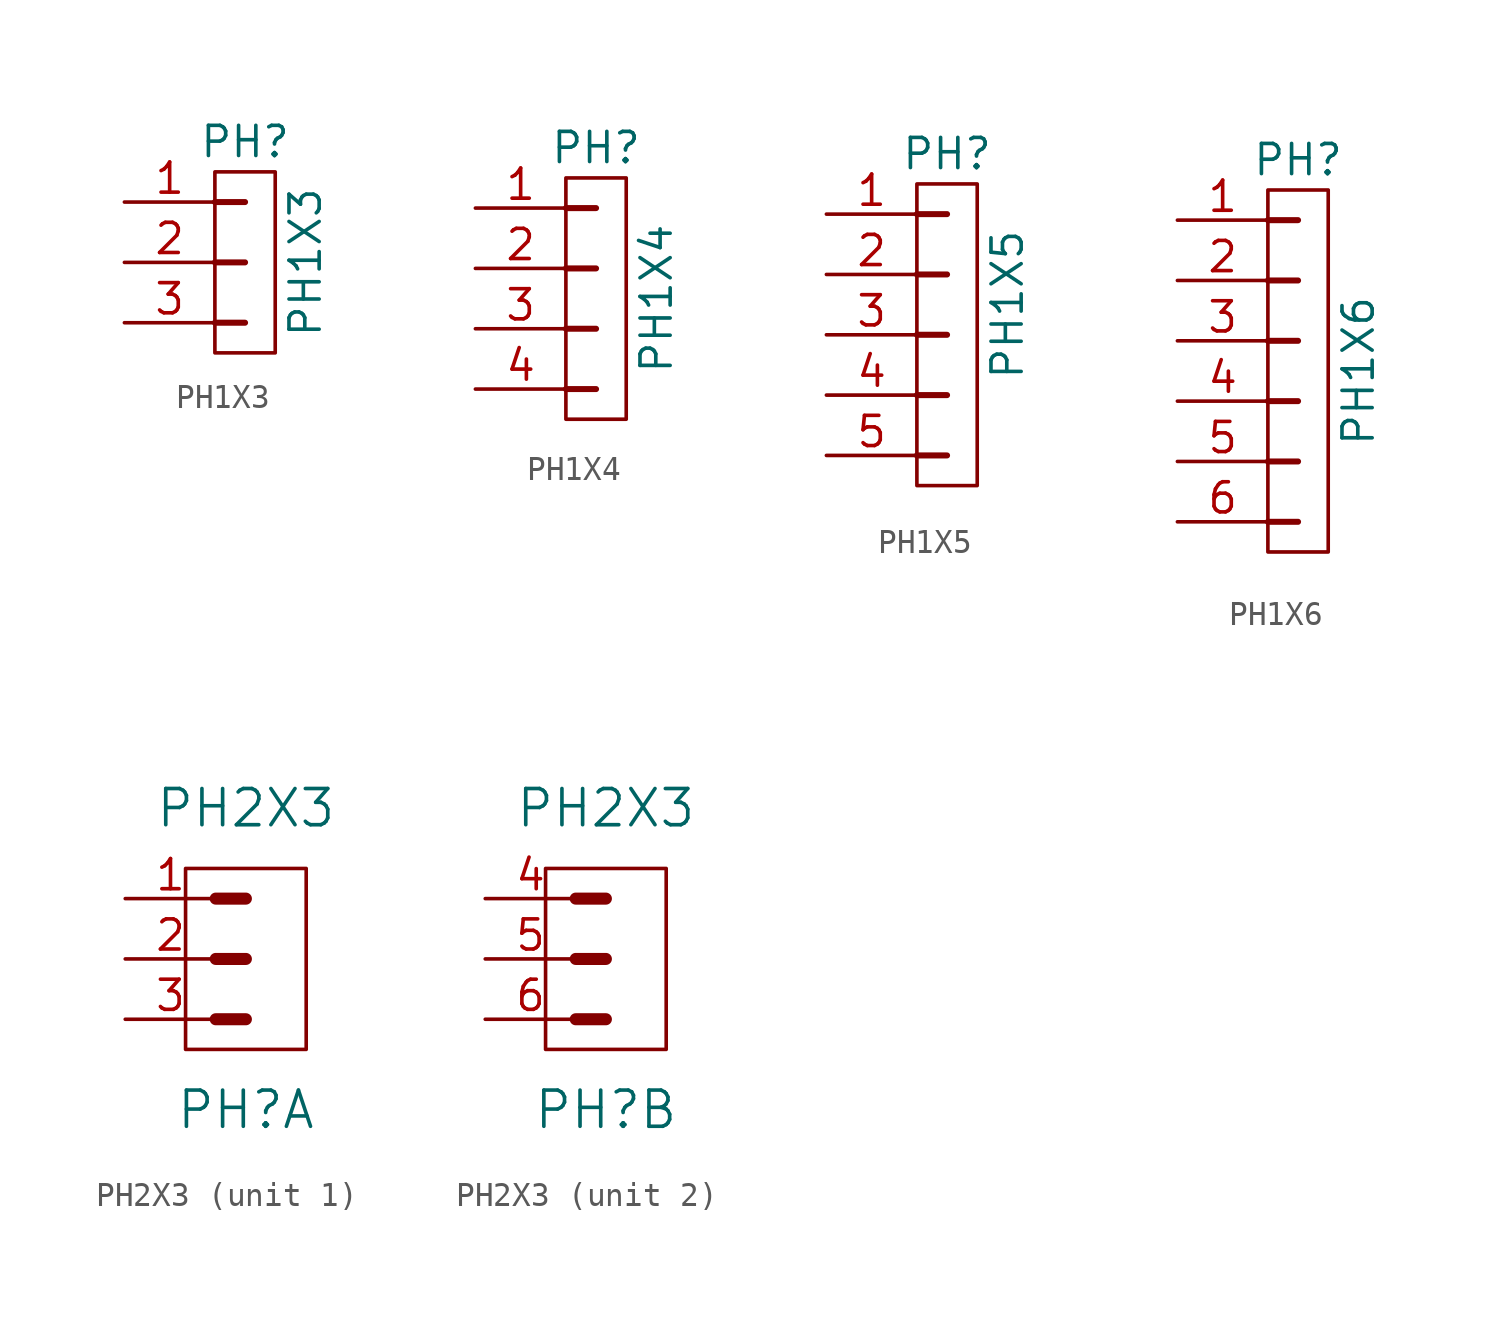
<source format=kicad_sym>
(kicad_symbol_lib
  (version 20201005)
  (generator kicad_symbol_editor)
  (symbol "pkl_conn:PH1X3"
    (pin_names
      (offset 1.016) hide)
    (property "Reference" "PH"
      (at 0 5.08 0)
      (effects (font (size 1.27 1.27))))
    (property "Value" "PH1X3"
      (at 2.54 0 90)
      (effects (font (size 1.27 1.27))))
    (property "Footprint" ""
      (at 0 -1.27 0)
      (effects (font (size 1.524 1.524))))
    (property "Datasheet" ""
      (at 0 -1.27 0)
      (effects (font (size 1.524 1.524))))
    (symbol "PH1X3_0_1"
      (rectangle (start -1.27 3.81) (end 1.27 -3.81) (stroke (width 0)) (fill (type none)))
      (polyline (pts (xy -1.27 -2.54) (xy 0 -2.54)) (stroke (width 0.254)) (fill (type none)))
      (polyline (pts (xy -1.27 0) (xy 0 0)) (stroke (width 0.254)) (fill (type none)))
      (polyline (pts (xy -1.27 2.54) (xy 0 2.54)) (stroke (width 0.254)) (fill (type none))))
    (symbol "PH1X3_1_1"
      (pin passive line (at -5.08 2.54 0) (length 3.81) (name "~" (effects (font (size 1.27 1.27)))) (number "1" (effects (font (size 1.27 1.27)))))
      (pin passive line (at -5.08 0 0) (length 3.81) (name "~" (effects (font (size 1.27 1.27)))) (number "2" (effects (font (size 1.27 1.27)))))
      (pin passive line (at -5.08 -2.54 0) (length 3.81) (name "~" (effects (font (size 1.27 1.27)))) (number "3" (effects (font (size 1.27 1.27)))))))
  (symbol "pkl_conn:PH1X4"
    (pin_names
      (offset 1.016) hide)
    (property "Reference" "PH"
      (at 0 6.35 0)
      (effects (font (size 1.27 1.27))))
    (property "Value" "PH1X4"
      (at 2.54 0 90)
      (effects (font (size 1.27 1.27))))
    (property "Footprint" ""
      (at 0 0 0)
      (effects (font (size 1.524 1.524))))
    (property "Datasheet" ""
      (at 0 0 0)
      (effects (font (size 1.524 1.524))))
    (symbol "PH1X4_0_1"
      (rectangle (start -1.27 5.08) (end 1.27 -5.08) (stroke (width 0)) (fill (type none)))
      (polyline (pts (xy -1.27 -3.81) (xy 0 -3.81)) (stroke (width 0.254)) (fill (type none)))
      (polyline (pts (xy -1.27 -1.27) (xy 0 -1.27)) (stroke (width 0.254)) (fill (type none)))
      (polyline (pts (xy -1.27 1.27) (xy 0 1.27)) (stroke (width 0.254)) (fill (type none)))
      (polyline (pts (xy -1.27 3.81) (xy 0 3.81)) (stroke (width 0.254)) (fill (type none))))
    (symbol "PH1X4_1_1"
      (pin passive line (at -5.08 3.81 0) (length 3.81) (name "~" (effects (font (size 1.27 1.27)))) (number "1" (effects (font (size 1.27 1.27)))))
      (pin passive line (at -5.08 1.27 0) (length 3.81) (name "~" (effects (font (size 1.27 1.27)))) (number "2" (effects (font (size 1.27 1.27)))))
      (pin passive line (at -5.08 -1.27 0) (length 3.81) (name "~" (effects (font (size 1.27 1.27)))) (number "3" (effects (font (size 1.27 1.27)))))
      (pin passive line (at -5.08 -3.81 0) (length 3.81) (name "~" (effects (font (size 1.27 1.27)))) (number "4" (effects (font (size 1.27 1.27)))))))
  (symbol "pkl_conn:PH1X5"
    (pin_names
      (offset 1.016) hide)
    (property "Reference" "PH"
      (at 0 6.35 0)
      (effects (font (size 1.27 1.27))))
    (property "Value" "PH1X5"
      (at 2.54 0 90)
      (effects (font (size 1.27 1.27))))
    (property "Footprint" ""
      (at 0 0 0)
      (effects (font (size 1.524 1.524))))
    (property "Datasheet" ""
      (at 0 0 0)
      (effects (font (size 1.524 1.524))))
    (symbol "PH1X5_0_1"
      (rectangle (start -1.27 5.08) (end 1.27 -7.62) (stroke (width 0)) (fill (type none)))
      (polyline (pts (xy -1.27 -6.35) (xy 0 -6.35)) (stroke (width 0.254)) (fill (type none)))
      (polyline (pts (xy -1.27 -3.81) (xy 0 -3.81)) (stroke (width 0.254)) (fill (type none)))
      (polyline (pts (xy -1.27 -1.27) (xy 0 -1.27)) (stroke (width 0.254)) (fill (type none)))
      (polyline (pts (xy -1.27 1.27) (xy 0 1.27)) (stroke (width 0.254)) (fill (type none)))
      (polyline (pts (xy -1.27 3.81) (xy 0 3.81)) (stroke (width 0.254)) (fill (type none))))
    (symbol "PH1X5_1_1"
      (pin passive line (at -5.08 3.81 0) (length 3.81) (name "~" (effects (font (size 1.27 1.27)))) (number "1" (effects (font (size 1.27 1.27)))))
      (pin passive line (at -5.08 1.27 0) (length 3.81) (name "~" (effects (font (size 1.27 1.27)))) (number "2" (effects (font (size 1.27 1.27)))))
      (pin passive line (at -5.08 -1.27 0) (length 3.81) (name "~" (effects (font (size 1.27 1.27)))) (number "3" (effects (font (size 1.27 1.27)))))
      (pin passive line (at -5.08 -3.81 0) (length 3.81) (name "~" (effects (font (size 1.27 1.27)))) (number "4" (effects (font (size 1.27 1.27)))))
      (pin passive line (at -5.08 -6.35 0) (length 3.81) (name "~" (effects (font (size 1.27 1.27)))) (number "5" (effects (font (size 1.27 1.27)))))))
  (symbol "pkl_conn:PH1X6"
    (pin_names
      (offset 1.016) hide)
    (property "Reference" "PH"
      (at 0 8.89 0)
      (effects (font (size 1.27 1.27))))
    (property "Value" "PH1X6"
      (at 2.54 0 90)
      (effects (font (size 1.27 1.27))))
    (property "Footprint" ""
      (at 0 2.54 0)
      (effects (font (size 1.524 1.524))))
    (property "Datasheet" ""
      (at 0 2.54 0)
      (effects (font (size 1.524 1.524))))
    (symbol "PH1X6_0_1"
      (rectangle (start -1.27 7.62) (end 1.27 -7.62) (stroke (width 0)) (fill (type none)))
      (polyline (pts (xy -1.27 -6.35) (xy 0 -6.35)) (stroke (width 0.254)) (fill (type none)))
      (polyline (pts (xy -1.27 -3.81) (xy 0 -3.81)) (stroke (width 0.254)) (fill (type none)))
      (polyline (pts (xy -1.27 -1.27) (xy 0 -1.27)) (stroke (width 0.254)) (fill (type none)))
      (polyline (pts (xy -1.27 1.27) (xy 0 1.27)) (stroke (width 0.254)) (fill (type none)))
      (polyline (pts (xy -1.27 3.81) (xy 0 3.81)) (stroke (width 0.254)) (fill (type none)))
      (polyline (pts (xy -1.27 6.35) (xy 0 6.35)) (stroke (width 0.254)) (fill (type none))))
    (symbol "PH1X6_1_1"
      (pin passive line (at -5.08 6.35 0) (length 3.81) (name "~" (effects (font (size 1.27 1.27)))) (number "1" (effects (font (size 1.27 1.27)))))
      (pin passive line (at -5.08 3.81 0) (length 3.81) (name "~" (effects (font (size 1.27 1.27)))) (number "2" (effects (font (size 1.27 1.27)))))
      (pin passive line (at -5.08 1.27 0) (length 3.81) (name "~" (effects (font (size 1.27 1.27)))) (number "3" (effects (font (size 1.27 1.27)))))
      (pin passive line (at -5.08 -1.27 0) (length 3.81) (name "~" (effects (font (size 1.27 1.27)))) (number "4" (effects (font (size 1.27 1.27)))))
      (pin passive line (at -5.08 -3.81 0) (length 3.81) (name "~" (effects (font (size 1.27 1.27)))) (number "5" (effects (font (size 1.27 1.27)))))
      (pin passive line (at -5.08 -6.35 0) (length 3.81) (name "~" (effects (font (size 1.27 1.27)))) (number "6" (effects (font (size 1.27 1.27)))))))
  (symbol "pkl_conn:PH2X3"
    (pin_names
      (offset 1.016) hide)
    (property "Reference" "PH"
      (at 0 -6.35 0)
      (effects (font (size 1.524 1.524))))
    (property "Value" "PH2X3"
      (at 0 6.35 0)
      (effects (font (size 1.524 1.524))))
    (property "Footprint" ""
      (at 0 0 0)
      (effects (font (size 1.524 1.524))))
    (property "Datasheet" ""
      (at 0 0 0)
      (effects (font (size 1.524 1.524))))
    (symbol "PH2X3_0_1"
      (rectangle (start -2.54 3.81) (end 2.54 -3.81) (stroke (width 0)) (fill (type none)))
      (polyline (pts (xy -1.27 -2.54) (xy 0 -2.54)) (stroke (width 0.508)) (fill (type none)))
      (polyline (pts (xy -1.27 0) (xy 0 0)) (stroke (width 0.508)) (fill (type none)))
      (polyline (pts (xy -1.27 2.54) (xy 0 2.54)) (stroke (width 0.508)) (fill (type none))))
    (symbol "PH2X3_1_1"
      (pin passive line (at -5.08 2.54 0) (length 3.81) (name "~" (effects (font (size 1.27 1.27)))) (number "1" (effects (font (size 1.27 1.27)))))
      (pin passive line (at -5.08 0 0) (length 3.81) (name "~" (effects (font (size 1.27 1.27)))) (number "2" (effects (font (size 1.27 1.27)))))
      (pin passive line (at -5.08 -2.54 0) (length 3.81) (name "~" (effects (font (size 1.27 1.27)))) (number "3" (effects (font (size 1.27 1.27))))))
    (symbol "PH2X3_2_1"
      (pin passive line (at -5.08 2.54 0) (length 3.81) (name "~" (effects (font (size 1.27 1.27)))) (number "4" (effects (font (size 1.27 1.27)))))
      (pin passive line (at -5.08 0 0) (length 3.81) (name "~" (effects (font (size 1.27 1.27)))) (number "5" (effects (font (size 1.27 1.27)))))
      (pin passive line (at -5.08 -2.54 0) (length 3.81) (name "~" (effects (font (size 1.27 1.27)))) (number "6" (effects (font (size 1.27 1.27))))))))
</source>
